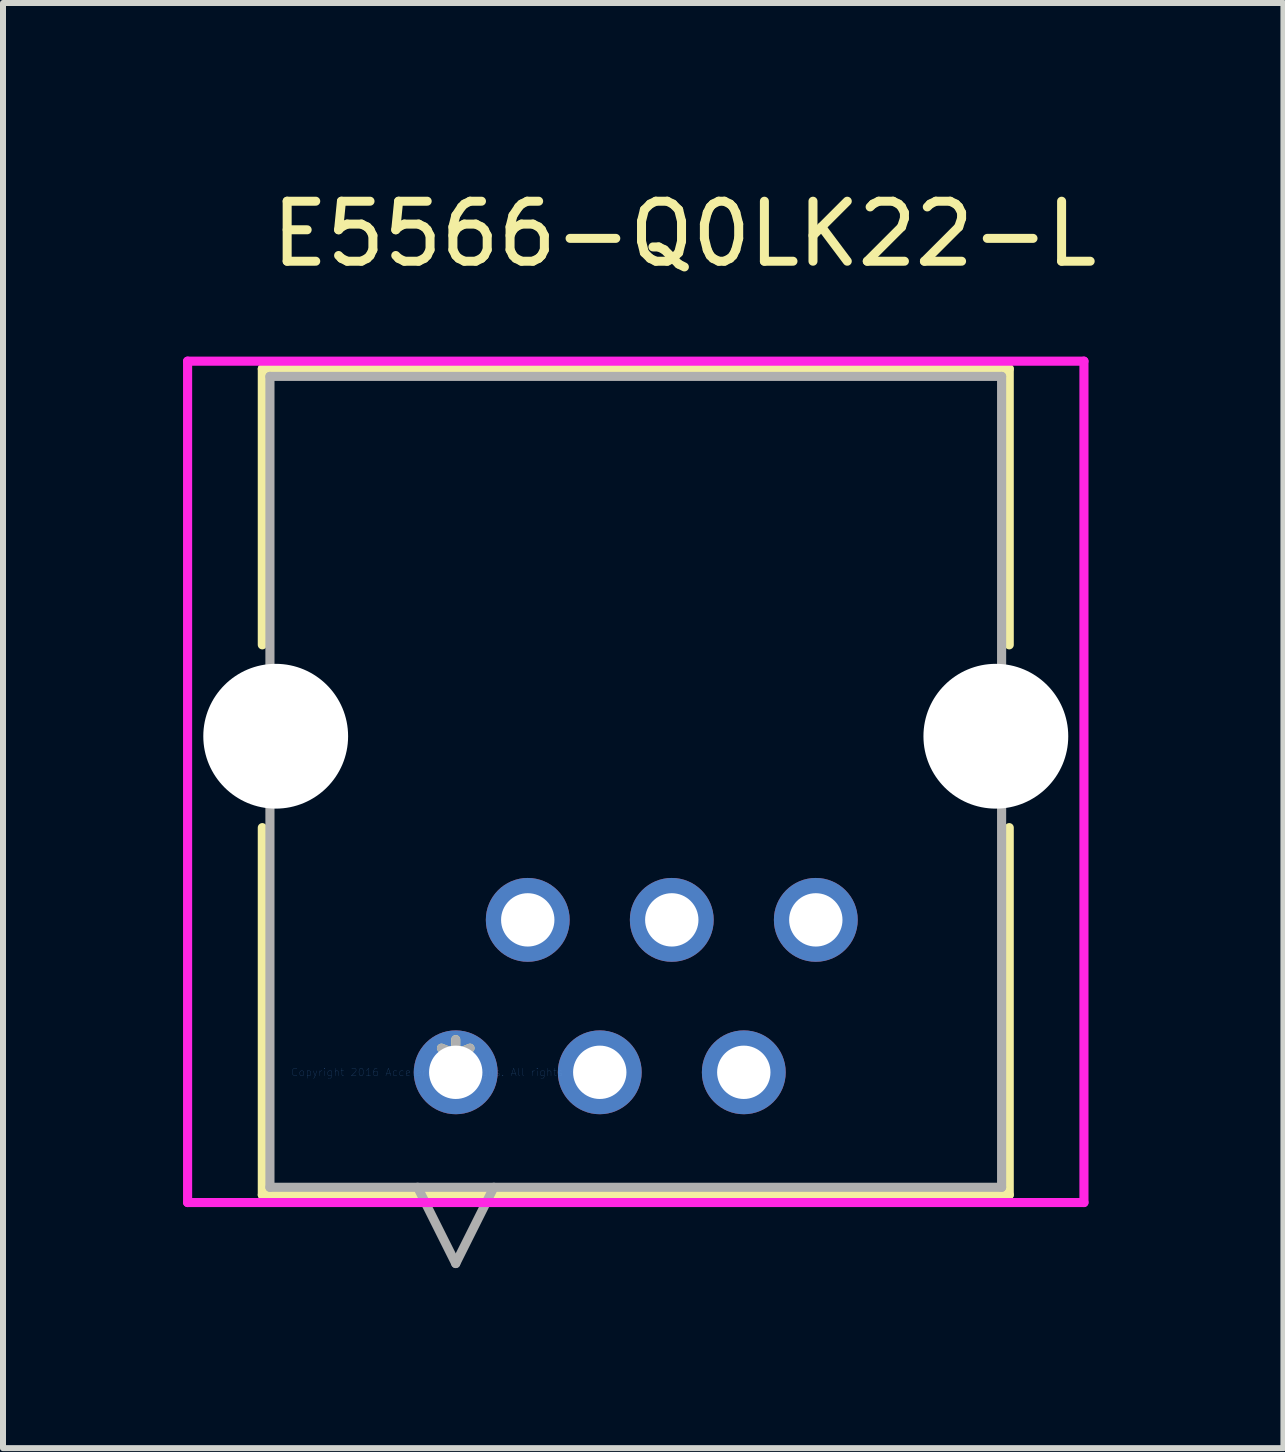
<source format=kicad_pcb>
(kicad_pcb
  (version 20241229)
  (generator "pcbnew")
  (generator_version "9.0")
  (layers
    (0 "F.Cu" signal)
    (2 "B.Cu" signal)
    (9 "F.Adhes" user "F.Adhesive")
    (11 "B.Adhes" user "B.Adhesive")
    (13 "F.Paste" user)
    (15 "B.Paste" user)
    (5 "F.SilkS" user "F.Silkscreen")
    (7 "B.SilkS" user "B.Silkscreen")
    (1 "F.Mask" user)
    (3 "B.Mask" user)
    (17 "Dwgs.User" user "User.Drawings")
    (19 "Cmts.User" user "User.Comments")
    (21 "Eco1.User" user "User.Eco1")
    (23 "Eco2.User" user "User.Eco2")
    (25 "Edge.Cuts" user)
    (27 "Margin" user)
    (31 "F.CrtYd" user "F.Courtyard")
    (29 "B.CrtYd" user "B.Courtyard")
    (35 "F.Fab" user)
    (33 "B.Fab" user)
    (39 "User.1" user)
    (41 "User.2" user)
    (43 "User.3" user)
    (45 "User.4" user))
  (footprint "E5566-Q0LK22-L"
    (layer "F.Cu")
    (at 4.544 14.818)
    (property "Reference" "E5566-Q0LK22-L" (at 3.81 -13.97 0) (layer "F.SilkS") (effects (font (size 1 1) (thickness 0.15))))
    (attr through_hole)
    (fp_line (start -3.223 -11.723) (end -3.223 -7.123) (stroke (width 0.152) (type solid)) (layer "F.SilkS"))
    (fp_line (start -3.223 -4.077) (end -3.223 2.043) (stroke (width 0.152) (type solid)) (layer "F.SilkS"))
    (fp_line (start -3.223 2.043) (end 9.223 2.043) (stroke (width 0.152) (type solid)) (layer "F.SilkS"))
    (fp_line (start 9.223 -11.723) (end -3.223 -11.723) (stroke (width 0.152) (type solid)) (layer "F.SilkS"))
    (fp_line (start 9.223 -7.123) (end 9.223 -11.723) (stroke (width 0.152) (type solid)) (layer "F.SilkS"))
    (fp_line (start 9.223 2.043) (end 9.223 -4.077) (stroke (width 0.152) (type solid)) (layer "F.SilkS"))
    (fp_line (start -4.468 -11.85) (end -4.468 2.17) (stroke (width 0.152) (type solid)) (layer "F.CrtYd"))
    (fp_line (start -4.468 2.17) (end 10.468 2.17) (stroke (width 0.152) (type solid)) (layer "F.CrtYd"))
    (fp_line (start 10.468 -11.85) (end -4.468 -11.85) (stroke (width 0.152) (type solid)) (layer "F.CrtYd"))
    (fp_line (start 10.468 2.17) (end 10.468 -11.85) (stroke (width 0.152) (type solid)) (layer "F.CrtYd"))
    (fp_line (start -3.096 -11.596) (end -3.096 1.916) (stroke (width 0.152) (type solid)) (layer "F.Fab"))
    (fp_line (start -3.096 1.916) (end 9.096 1.916) (stroke (width 0.152) (type solid)) (layer "F.Fab"))
    (fp_line (start -0.635 1.916) (end 0 3.186) (stroke (width 0.152) (type solid)) (layer "F.Fab"))
    (fp_line (start 0.635 1.916) (end 0 3.186) (stroke (width 0.152) (type solid)) (layer "F.Fab"))
    (fp_line (start 9.096 -11.596) (end -3.096 -11.596) (stroke (width 0.152) (type solid)) (layer "F.Fab"))
    (fp_line (start 9.096 1.916) (end 9.096 -11.596) (stroke (width 0.152) (type solid)) (layer "F.Fab"))
    (fp_text user "*" (at 0 0 0) (layer "F.SilkS") (effects (font (size 1 1) (thickness 0.15))))
    (fp_text user "Copyright 2016 Accelerated Designs. All rights reserved." (at 0 0 0) (layer "Cmts.User") (effects (font (size 0.127 0.127) (thickness 0.002))))
    (fp_text user "*" (at 0 0 0) (layer "F.Fab") (effects (font (size 1 1) (thickness 0.15))))
    (pad "" np_thru_hole circle (at -3 -5.6) (size 2.413 2.413) (drill 2.413) (layers "*.Cu" "*.Mask"))
    (pad "" np_thru_hole circle (at 9 -5.6) (size 2.413 2.413) (drill 2.413) (layers "*.Cu" "*.Mask"))
    (pad "1" thru_hole circle (at 0 0) (size 1.397 1.397) (drill 0.889) (layers "*.Cu" "*.Mask"))
    (pad "2" thru_hole circle (at 1.2 -2.54) (size 1.397 1.397) (drill 0.889) (layers "*.Cu" "*.Mask"))
    (pad "3" thru_hole circle (at 2.4 0) (size 1.397 1.397) (drill 0.889) (layers "*.Cu" "*.Mask"))
    (pad "4" thru_hole circle (at 3.6 -2.54) (size 1.397 1.397) (drill 0.889) (layers "*.Cu" "*.Mask"))
    (pad "5" thru_hole circle (at 4.8 0) (size 1.397 1.397) (drill 0.889) (layers "*.Cu" "*.Mask"))
    (pad "6" thru_hole circle (at 6 -2.54) (size 1.397 1.397) (drill 0.889) (layers "*.Cu" "*.Mask")))
  (gr_rect
    (start -3 -3)
    (end 18.336 21.081)
    (stroke (width 0.1) (type default))
    (fill no)
    (layer "Edge.Cuts")))
</source>
